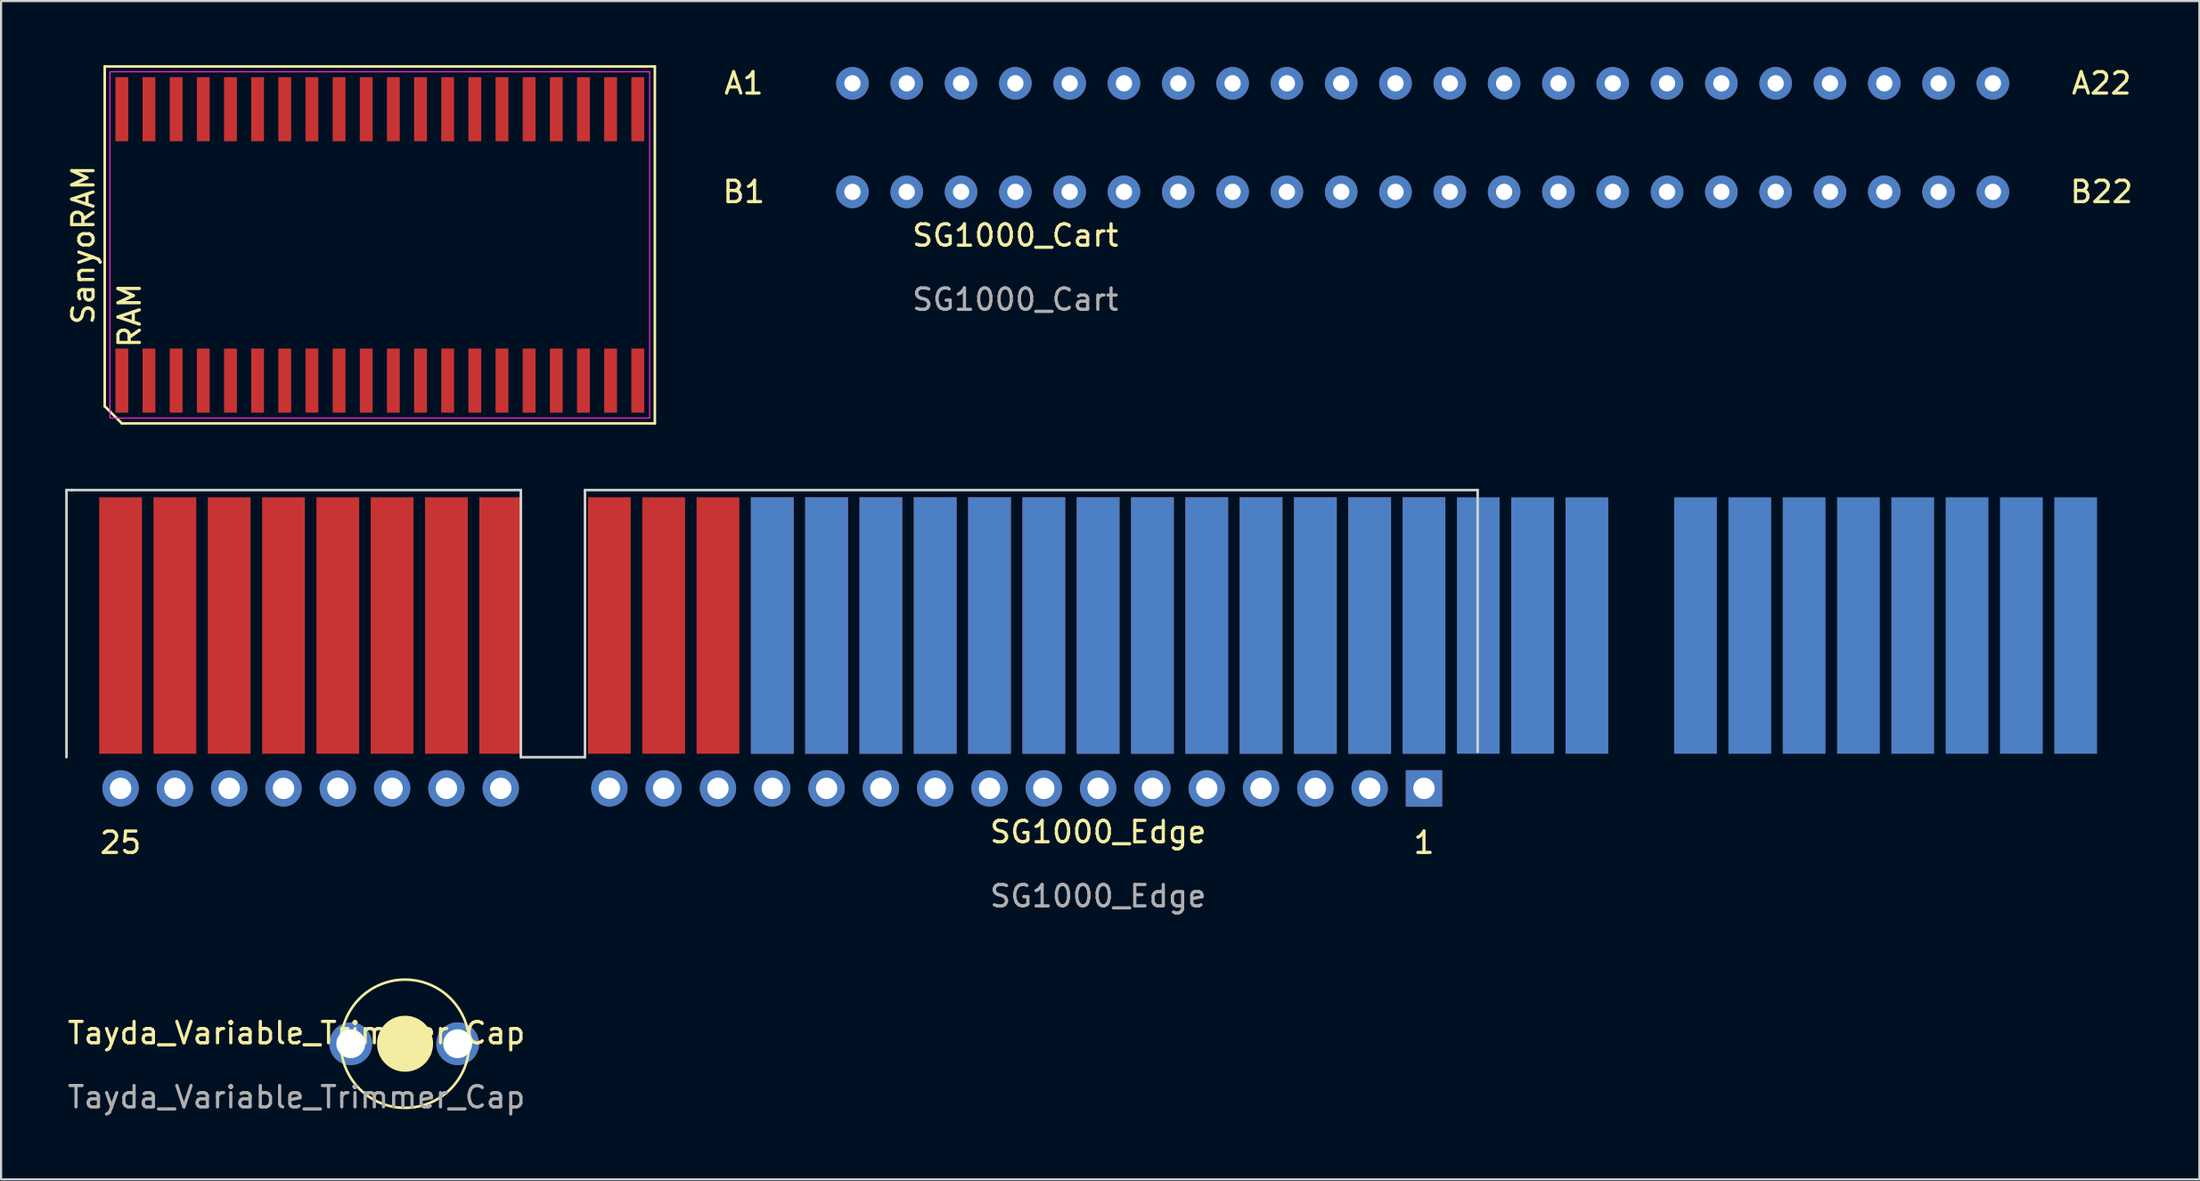
<source format=kicad_pcb>
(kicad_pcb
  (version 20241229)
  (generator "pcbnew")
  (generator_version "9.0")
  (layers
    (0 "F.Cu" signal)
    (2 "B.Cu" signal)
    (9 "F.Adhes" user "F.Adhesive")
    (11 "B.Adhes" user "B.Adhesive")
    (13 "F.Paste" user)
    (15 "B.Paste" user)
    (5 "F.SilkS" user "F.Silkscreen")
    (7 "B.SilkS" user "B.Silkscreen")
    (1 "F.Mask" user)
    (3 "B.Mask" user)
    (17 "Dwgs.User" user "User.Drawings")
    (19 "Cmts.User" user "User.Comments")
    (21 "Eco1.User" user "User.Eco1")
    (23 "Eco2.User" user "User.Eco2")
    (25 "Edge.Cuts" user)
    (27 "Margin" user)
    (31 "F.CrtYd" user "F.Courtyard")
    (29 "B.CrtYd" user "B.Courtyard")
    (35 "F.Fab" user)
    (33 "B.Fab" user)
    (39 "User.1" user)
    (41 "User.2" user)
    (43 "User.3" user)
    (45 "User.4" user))
  (footprint "Tayda_Variable_Trimmer_Cap"
    (layer "F.Cu")
    (at 15.895 45.788)
    (property "Reference" "Tayda_Variable_Trimmer_Cap" (at -5.08 -0.5 0) (unlocked yes) (layer "F.SilkS") (effects (font (size 1 1) (thickness 0.15))))
    (attr through_hole)
    (fp_circle (center 0 0) (end 1.25 0) (stroke (width 0.12) (type solid)) (fill yes) (layer "F.SilkS"))
    (fp_circle (center 0 0) (end 3 0) (stroke (width 0.12) (type solid)) (fill no) (layer "F.SilkS"))
    (fp_text user "${REFERENCE}" (at -5.08 2.5 0) (unlocked yes) (layer "F.Fab") (effects (font (size 1 1) (thickness 0.15))))
    (pad "1" thru_hole circle (at 2.46 0) (size 2 2) (drill 1.35) (layers "*.Cu" "*.Mask"))
    (pad "2" thru_hole circle (at -2.54 0) (size 2 2) (drill 1.35) (layers "*.Cu" "*.Mask")))
  (footprint "SG1000_Cart"
    (layer "F.Cu")
    (at 63.489 3.388)
    (property "Reference" "SG1000_Cart" (at -19.05 4.58 0) (unlocked yes) (layer "F.SilkS") (effects (font (size 1 1) (thickness 0.15))))
    (attr through_hole)
    (fp_text user "A22" (at 31.75 -2.54 0) (unlocked yes) (layer "F.SilkS") (effects (font (size 1 1) (thickness 0.15))))
    (fp_text user "B22" (at 31.75 2.54 0) (unlocked yes) (layer "F.SilkS") (effects (font (size 1 1) (thickness 0.15))))
    (fp_text user "A1" (at -31.75 -2.54 0) (unlocked yes) (layer "F.SilkS") (effects (font (size 1 1) (thickness 0.15))))
    (fp_text user "B1" (at -31.75 2.54 0) (unlocked yes) (layer "F.SilkS") (effects (font (size 1 1) (thickness 0.15))))
    (fp_text user "${REFERENCE}" (at -19.05 7.58 0) (unlocked yes) (layer "F.Fab") (effects (font (size 1 1) (thickness 0.15))))
    (pad "A1" thru_hole circle (at -26.67 -2.54) (size 1.524 1.524) (drill 0.762) (layers "*.Cu" "*.Mask"))
    (pad "A2" thru_hole circle (at -24.13 -2.54) (size 1.524 1.524) (drill 0.762) (layers "*.Cu" "*.Mask"))
    (pad "A3" thru_hole circle (at -21.59 -2.54) (size 1.524 1.524) (drill 0.762) (layers "*.Cu" "*.Mask"))
    (pad "A4" thru_hole circle (at -19.05 -2.54) (size 1.524 1.524) (drill 0.762) (layers "*.Cu" "*.Mask"))
    (pad "A5" thru_hole circle (at -16.51 -2.54) (size 1.524 1.524) (drill 0.762) (layers "*.Cu" "*.Mask"))
    (pad "A6" thru_hole circle (at -13.97 -2.54) (size 1.524 1.524) (drill 0.762) (layers "*.Cu" "*.Mask"))
    (pad "A7" thru_hole circle (at -11.43 -2.54) (size 1.524 1.524) (drill 0.762) (layers "*.Cu" "*.Mask"))
    (pad "A8" thru_hole circle (at -8.89 -2.54) (size 1.524 1.524) (drill 0.762) (layers "*.Cu" "*.Mask"))
    (pad "A9" thru_hole circle (at -6.35 -2.54) (size 1.524 1.524) (drill 0.762) (layers "*.Cu" "*.Mask"))
    (pad "A10" thru_hole circle (at -3.81 -2.54) (size 1.524 1.524) (drill 0.762) (layers "*.Cu" "*.Mask"))
    (pad "A11" thru_hole circle (at -1.27 -2.54) (size 1.524 1.524) (drill 0.762) (layers "*.Cu" "*.Mask"))
    (pad "A12" thru_hole circle (at 1.27 -2.54) (size 1.524 1.524) (drill 0.762) (layers "*.Cu" "*.Mask"))
    (pad "A13" thru_hole circle (at 3.81 -2.54) (size 1.524 1.524) (drill 0.762) (layers "*.Cu" "*.Mask"))
    (pad "A14" thru_hole circle (at 6.35 -2.54) (size 1.524 1.524) (drill 0.762) (layers "*.Cu" "*.Mask"))
    (pad "A15" thru_hole circle (at 8.89 -2.54) (size 1.524 1.524) (drill 0.762) (layers "*.Cu" "*.Mask"))
    (pad "A16" thru_hole circle (at 11.43 -2.54) (size 1.524 1.524) (drill 0.762) (layers "*.Cu" "*.Mask"))
    (pad "A17" thru_hole circle (at 13.97 -2.54) (size 1.524 1.524) (drill 0.762) (layers "*.Cu" "*.Mask"))
    (pad "A18" thru_hole circle (at 16.51 -2.54) (size 1.524 1.524) (drill 0.762) (layers "*.Cu" "*.Mask"))
    (pad "A19" thru_hole circle (at 19.05 -2.54) (size 1.524 1.524) (drill 0.762) (layers "*.Cu" "*.Mask"))
    (pad "A20" thru_hole circle (at 21.59 -2.54) (size 1.524 1.524) (drill 0.762) (layers "*.Cu" "*.Mask"))
    (pad "A21" thru_hole circle (at 24.13 -2.54) (size 1.524 1.524) (drill 0.762) (layers "*.Cu" "*.Mask"))
    (pad "A22" thru_hole circle (at 26.67 -2.54) (size 1.524 1.524) (drill 0.762) (layers "*.Cu" "*.Mask"))
    (pad "B1" thru_hole circle (at -26.67 2.54) (size 1.524 1.524) (drill 0.762) (layers "*.Cu" "*.Mask"))
    (pad "B2" thru_hole circle (at -24.13 2.54) (size 1.524 1.524) (drill 0.762) (layers "*.Cu" "*.Mask"))
    (pad "B3" thru_hole circle (at -21.59 2.54) (size 1.524 1.524) (drill 0.762) (layers "*.Cu" "*.Mask"))
    (pad "B4" thru_hole circle (at -19.05 2.54) (size 1.524 1.524) (drill 0.762) (layers "*.Cu" "*.Mask"))
    (pad "B5" thru_hole circle (at -16.51 2.54) (size 1.524 1.524) (drill 0.762) (layers "*.Cu" "*.Mask"))
    (pad "B6" thru_hole circle (at -13.97 2.54) (size 1.524 1.524) (drill 0.762) (layers "*.Cu" "*.Mask"))
    (pad "B7" thru_hole circle (at -11.43 2.54) (size 1.524 1.524) (drill 0.762) (layers "*.Cu" "*.Mask"))
    (pad "B8" thru_hole circle (at -8.89 2.54) (size 1.524 1.524) (drill 0.762) (layers "*.Cu" "*.Mask"))
    (pad "B9" thru_hole circle (at -6.35 2.54) (size 1.524 1.524) (drill 0.762) (layers "*.Cu" "*.Mask"))
    (pad "B10" thru_hole circle (at -3.81 2.54) (size 1.524 1.524) (drill 0.762) (layers "*.Cu" "*.Mask"))
    (pad "B11" thru_hole circle (at -1.27 2.54) (size 1.524 1.524) (drill 0.762) (layers "*.Cu" "*.Mask"))
    (pad "B12" thru_hole circle (at 1.27 2.54) (size 1.524 1.524) (drill 0.762) (layers "*.Cu" "*.Mask"))
    (pad "B13" thru_hole circle (at 3.81 2.54) (size 1.524 1.524) (drill 0.762) (layers "*.Cu" "*.Mask"))
    (pad "B14" thru_hole circle (at 6.35 2.54) (size 1.524 1.524) (drill 0.762) (layers "*.Cu" "*.Mask"))
    (pad "B15" thru_hole circle (at 8.89 2.54) (size 1.524 1.524) (drill 0.762) (layers "*.Cu" "*.Mask"))
    (pad "B16" thru_hole circle (at 11.43 2.54) (size 1.524 1.524) (drill 0.762) (layers "*.Cu" "*.Mask"))
    (pad "B17" thru_hole circle (at 13.97 2.54) (size 1.524 1.524) (drill 0.762) (layers "*.Cu" "*.Mask"))
    (pad "B18" thru_hole circle (at 16.51 2.54) (size 1.524 1.524) (drill 0.762) (layers "*.Cu" "*.Mask"))
    (pad "B19" thru_hole circle (at 19.05 2.54) (size 1.524 1.524) (drill 0.762) (layers "*.Cu" "*.Mask"))
    (pad "B20" thru_hole circle (at 21.59 2.54) (size 1.524 1.524) (drill 0.762) (layers "*.Cu" "*.Mask"))
    (pad "B21" thru_hole circle (at 24.13 2.54) (size 1.524 1.524) (drill 0.762) (layers "*.Cu" "*.Mask"))
    (pad "B22" thru_hole circle (at 26.67 2.54) (size 1.524 1.524) (drill 0.762) (layers "*.Cu" "*.Mask")))
  (footprint "SG1000_Edge"
    (layer "F.Cu")
    (at 48.31 36.38)
    (property "Reference" "SG1000_Edge" (at 0 -0.5 0) (unlocked yes) (layer "F.SilkS") (effects (font (size 1 1) (thickness 0.15))))
    (fp_line (start -48.25 -16.5) (end -48.25 -4) (stroke (width 0.12) (type solid)) (layer "Edge.Cuts"))
    (fp_line (start -48 -16.5) (end -48.25 -16.5) (stroke (width 0.12) (type solid)) (layer "Edge.Cuts"))
    (fp_line (start -27 -16.5) (end -48 -16.5) (stroke (width 0.12) (type solid)) (layer "Edge.Cuts"))
    (fp_line (start -27 -4) (end -27 -16.5) (stroke (width 0.12) (type solid)) (layer "Edge.Cuts"))
    (fp_line (start -24 -16.5) (end -24 -4) (stroke (width 0.12) (type solid)) (layer "Edge.Cuts"))
    (fp_line (start -24 -4) (end -27 -4) (stroke (width 0.12) (type solid)) (layer "Edge.Cuts"))
    (fp_line (start 17.75 -16.5) (end -24 -16.5) (stroke (width 0.12) (type solid)) (layer "Edge.Cuts"))
    (fp_line (start 17.75 -4.25) (end 17.75 -16.5) (stroke (width 0.12) (type solid)) (layer "Edge.Cuts"))
    (fp_text user "1" (at 15.24 0 0) (unlocked yes) (layer "F.SilkS") (effects (font (size 1 1) (thickness 0.15))))
    (fp_text user "25" (at -45.72 0 0) (unlocked yes) (layer "F.SilkS") (effects (font (size 1 1) (thickness 0.15))))
    (fp_text user "${REFERENCE}" (at 0 2.5 0) (unlocked yes) (layer "F.Fab") (effects (font (size 1 1) (thickness 0.15))))
    (pad "1" connect rect (at -15.24 -10.16) (size 2 12) (layers "B.Cu" "B.Mask"))
    (pad "1" connect rect (at 15.24 -10.16) (size 2 12) (layers "F.Cu" "F.Mask"))
    (pad "1" thru_hole rect (at 15.24 -2.54) (size 1.7 1.7) (drill 1) (layers "*.Cu" "*.Mask"))
    (pad "2" connect rect (at -12.7 -10.16) (size 2 12) (layers "B.Cu" "B.Mask"))
    (pad "2" connect rect (at 12.7 -10.16) (size 2 12) (layers "F.Cu" "F.Mask"))
    (pad "2" thru_hole circle (at 12.7 -2.54) (size 1.7 1.7) (drill 1) (layers "*.Cu" "*.Mask"))
    (pad "3" connect rect (at -10.16 -10.16) (size 2 12) (layers "B.Cu" "B.Mask"))
    (pad "3" connect rect (at 10.16 -10.16) (size 2 12) (layers "F.Cu" "F.Mask"))
    (pad "3" thru_hole circle (at 10.16 -2.54) (size 1.7 1.7) (drill 1) (layers "*.Cu" "*.Mask"))
    (pad "4" connect rect (at -7.62 -10.16) (size 2 12) (layers "B.Cu" "B.Mask"))
    (pad "4" connect rect (at 7.62 -10.16) (size 2 12) (layers "F.Cu" "F.Mask"))
    (pad "4" thru_hole circle (at 7.62 -2.54) (size 1.7 1.7) (drill 1) (layers "*.Cu" "*.Mask"))
    (pad "5" connect rect (at -5.08 -10.16) (size 2 12) (layers "B.Cu" "B.Mask"))
    (pad "5" connect rect (at 5.08 -10.16) (size 2 12) (layers "F.Cu" "F.Mask"))
    (pad "5" thru_hole circle (at 5.08 -2.54) (size 1.7 1.7) (drill 1) (layers "*.Cu" "*.Mask"))
    (pad "6" connect rect (at -2.54 -10.16) (size 2 12) (layers "B.Cu" "B.Mask"))
    (pad "6" connect rect (at 2.54 -10.16) (size 2 12) (layers "F.Cu" "F.Mask"))
    (pad "6" thru_hole circle (at 2.54 -2.54) (size 1.7 1.7) (drill 1) (layers "*.Cu" "*.Mask"))
    (pad "7" connect rect (at 0 -10.16) (size 2 12) (layers "F.Cu" "F.Mask"))
    (pad "7" connect rect (at 0 -10.16) (size 2 12) (layers "B.Cu" "B.Mask"))
    (pad "7" thru_hole circle (at 0 -2.54) (size 1.7 1.7) (drill 1) (layers "*.Cu" "*.Mask"))
    (pad "8" connect rect (at -2.54 -10.16) (size 2 12) (layers "F.Cu" "F.Mask"))
    (pad "8" thru_hole circle (at -2.54 -2.54) (size 1.7 1.7) (drill 1) (layers "*.Cu" "*.Mask"))
    (pad "8" connect rect (at 2.54 -10.16) (size 2 12) (layers "B.Cu" "B.Mask"))
    (pad "9" connect rect (at -5.08 -10.16) (size 2 12) (layers "F.Cu" "F.Mask"))
    (pad "9" thru_hole circle (at -5.08 -2.54) (size 1.7 1.7) (drill 1) (layers "*.Cu" "*.Mask"))
    (pad "9" connect rect (at 5.08 -10.16) (size 2 12) (layers "B.Cu" "B.Mask"))
    (pad "10" connect rect (at -7.62 -10.16) (size 2 12) (layers "F.Cu" "F.Mask"))
    (pad "10" thru_hole circle (at -7.62 -2.54) (size 1.7 1.7) (drill 1) (layers "*.Cu" "*.Mask"))
    (pad "10" connect rect (at 7.62 -10.16) (size 2 12) (layers "B.Cu" "B.Mask"))
    (pad "11" connect rect (at -10.16 -10.16) (size 2 12) (layers "F.Cu" "F.Mask"))
    (pad "11" thru_hole circle (at -10.16 -2.54) (size 1.7 1.7) (drill 1) (layers "*.Cu" "*.Mask"))
    (pad "11" connect rect (at 10.16 -10.16) (size 2 12) (layers "B.Cu" "B.Mask"))
    (pad "12" connect rect (at -12.7 -10.16) (size 2 12) (layers "F.Cu" "F.Mask"))
    (pad "12" thru_hole circle (at -12.7 -2.54) (size 1.7 1.7) (drill 1) (layers "*.Cu" "*.Mask"))
    (pad "12" connect rect (at 12.7 -10.16) (size 2 12) (layers "B.Cu" "B.Mask"))
    (pad "13" connect rect (at -15.24 -10.16) (size 2 12) (layers "F.Cu" "F.Mask"))
    (pad "13" thru_hole circle (at -15.24 -2.54) (size 1.7 1.7) (drill 1) (layers "*.Cu" "*.Mask"))
    (pad "13" connect rect (at 15.24 -10.16) (size 2 12) (layers "B.Cu" "B.Mask"))
    (pad "14" connect rect (at -17.78 -10.16) (size 2 12) (layers "F.Cu" "F.Mask"))
    (pad "14" thru_hole circle (at -17.78 -2.54) (size 1.7 1.7) (drill 1) (layers "*.Cu" "*.Mask"))
    (pad "14" connect rect (at 17.78 -10.16) (size 2 12) (layers "B.Cu" "B.Mask"))
    (pad "15" connect rect (at -20.32 -10.16) (size 2 12) (layers "F.Cu" "F.Mask"))
    (pad "15" thru_hole circle (at -20.32 -2.54) (size 1.7 1.7) (drill 1) (layers "*.Cu" "*.Mask"))
    (pad "15" connect rect (at 20.32 -10.16) (size 2 12) (layers "B.Cu" "B.Mask"))
    (pad "16" connect rect (at -22.86 -10.16) (size 2 12) (layers "F.Cu" "F.Mask"))
    (pad "16" thru_hole circle (at -22.86 -2.54) (size 1.7 1.7) (drill 1) (layers "*.Cu" "*.Mask"))
    (pad "16" connect rect (at 22.86 -10.16) (size 2 12) (layers "B.Cu" "B.Mask"))
    (pad "18" connect rect (at -27.94 -10.16) (size 2 12) (layers "F.Cu" "F.Mask"))
    (pad "18" thru_hole circle (at -27.94 -2.54 90) (size 1.7 1.7) (drill 1) (layers "*.Cu" "*.Mask"))
    (pad "18" connect rect (at 27.94 -10.16) (size 2 12) (layers "B.Cu" "B.Mask"))
    (pad "19" connect rect (at -30.48 -10.16) (size 2 12) (layers "F.Cu" "F.Mask"))
    (pad "19" thru_hole circle (at -30.48 -2.54) (size 1.7 1.7) (drill 1) (layers "*.Cu" "*.Mask"))
    (pad "19" connect rect (at 30.48 -10.16) (size 2 12) (layers "B.Cu" "B.Mask"))
    (pad "20" connect rect (at -33.02 -10.16) (size 2 12) (layers "F.Cu" "F.Mask"))
    (pad "20" thru_hole circle (at -33.02 -2.54) (size 1.7 1.7) (drill 1) (layers "*.Cu" "*.Mask"))
    (pad "20" connect rect (at 33.02 -10.16) (size 2 12) (layers "B.Cu" "B.Mask"))
    (pad "21" connect rect (at -35.56 -10.16) (size 2 12) (layers "F.Cu" "F.Mask"))
    (pad "21" thru_hole circle (at -35.56 -2.54) (size 1.7 1.7) (drill 1) (layers "*.Cu" "*.Mask"))
    (pad "21" connect rect (at 35.56 -10.16) (size 2 12) (layers "B.Cu" "B.Mask"))
    (pad "22" connect rect (at -38.1 -10.16) (size 2 12) (layers "F.Cu" "F.Mask"))
    (pad "22" thru_hole circle (at -38.1 -2.54) (size 1.7 1.7) (drill 1) (layers "*.Cu" "*.Mask"))
    (pad "22" connect rect (at 38.1 -10.16) (size 2 12) (layers "B.Cu" "B.Mask"))
    (pad "23" connect rect (at -40.64 -10.16) (size 2 12) (layers "F.Cu" "F.Mask"))
    (pad "23" thru_hole circle (at -40.64 -2.54) (size 1.7 1.7) (drill 1) (layers "*.Cu" "*.Mask"))
    (pad "23" connect rect (at 40.64 -10.16) (size 2 12) (layers "B.Cu" "B.Mask"))
    (pad "24" connect rect (at -43.18 -10.16) (size 2 12) (layers "F.Cu" "F.Mask"))
    (pad "24" thru_hole circle (at -43.18 -2.54) (size 1.7 1.7) (drill 1) (layers "*.Cu" "*.Mask"))
    (pad "24" connect rect (at 43.18 -10.16) (size 2 12) (layers "B.Cu" "B.Mask"))
    (pad "25" connect rect (at -45.72 -10.16) (size 2 12) (layers "F.Cu" "F.Mask"))
    (pad "25" thru_hole circle (at -45.72 -2.54) (size 1.7 1.7) (drill 1) (layers "*.Cu" "*.Mask"))
    (pad "25" connect rect (at 45.72 -10.16) (size 2 12) (layers "B.Cu" "B.Mask")))
  (footprint "SanyoRAM"
    (layer "F.Cu")
    (at 14.713 8.41)
    (property "Reference" "SanyoRAM" (at -13.865 0 90) (layer "F.SilkS") (effects (font (size 1 1) (thickness 0.15))))
    (attr smd)
    (fp_line (start -12.865 -8.35) (end 12.865 -8.35) (stroke (width 0.12) (type solid)) (layer "F.SilkS"))
    (fp_line (start -12.865 7.55) (end -12.865 -8.35) (stroke (width 0.12) (type solid)) (layer "F.SilkS"))
    (fp_line (start -12.065 8.35) (end -12.865 7.55) (stroke (width 0.12) (type solid)) (layer "F.SilkS"))
    (fp_line (start 12.865 -8.35) (end 12.865 8.35) (stroke (width 0.12) (type solid)) (layer "F.SilkS"))
    (fp_line (start 12.865 8.35) (end -12.065 8.35) (stroke (width 0.12) (type solid)) (layer "F.SilkS"))
    (fp_line (start -12.62 -8.1) (end 12.62 -8.1) (stroke (width 0.05) (type solid)) (layer "F.CrtYd"))
    (fp_line (start -12.62 8.1) (end -12.62 -8.1) (stroke (width 0.05) (type solid)) (layer "F.CrtYd"))
    (fp_line (start 12.62 -8.1) (end 12.62 8.1) (stroke (width 0.05) (type solid)) (layer "F.CrtYd"))
    (fp_line (start 12.62 8.1) (end -12.62 8.1) (stroke (width 0.05) (type solid)) (layer "F.CrtYd"))
    (fp_text user "RAM" (at -11.7 3.3 270) (layer "F.SilkS") (effects (font (size 1 1) (thickness 0.15))))
    (pad "1" smd rect (at -12.065 6.35) (size 0.6 3) (layers "F.Cu" "F.Mask" "F.Paste"))
    (pad "2" smd rect (at -10.795 6.35) (size 0.6 3) (layers "F.Cu" "F.Mask" "F.Paste"))
    (pad "3" smd rect (at -9.525 6.35) (size 0.6 3) (layers "F.Cu" "F.Mask" "F.Paste"))
    (pad "4" smd rect (at -8.255 6.35) (size 0.6 3) (layers "F.Cu" "F.Mask" "F.Paste"))
    (pad "5" smd rect (at -6.985 6.35) (size 0.6 3) (layers "F.Cu" "F.Mask" "F.Paste"))
    (pad "6" smd rect (at -5.715 6.35) (size 0.6 3) (layers "F.Cu" "F.Mask" "F.Paste"))
    (pad "7" smd rect (at -4.445 6.35) (size 0.6 3) (layers "F.Cu" "F.Mask" "F.Paste"))
    (pad "8" smd rect (at -3.175 6.35) (size 0.6 3) (layers "F.Cu" "F.Mask" "F.Paste"))
    (pad "9" smd rect (at -1.905 6.35) (size 0.6 3) (layers "F.Cu" "F.Mask" "F.Paste"))
    (pad "10" smd rect (at -0.635 6.35) (size 0.6 3) (layers "F.Cu" "F.Mask" "F.Paste"))
    (pad "11" smd rect (at 0.635 6.35) (size 0.6 3) (layers "F.Cu" "F.Mask" "F.Paste"))
    (pad "12" smd rect (at 1.905 6.35) (size 0.6 3) (layers "F.Cu" "F.Mask" "F.Paste"))
    (pad "13" smd rect (at 3.175 6.35) (size 0.6 3) (layers "F.Cu" "F.Mask" "F.Paste"))
    (pad "14" smd rect (at 4.445 6.35) (size 0.6 3) (layers "F.Cu" "F.Mask" "F.Paste"))
    (pad "15" smd rect (at 5.715 6.35) (size 0.6 3) (layers "F.Cu" "F.Mask" "F.Paste"))
    (pad "16" smd rect (at 6.985 6.35) (size 0.6 3) (layers "F.Cu" "F.Mask" "F.Paste"))
    (pad "17" smd rect (at 8.255 6.35) (size 0.6 3) (layers "F.Cu" "F.Mask" "F.Paste"))
    (pad "18" smd rect (at 9.525 6.35) (size 0.6 3) (layers "F.Cu" "F.Mask" "F.Paste"))
    (pad "19" smd rect (at 10.795 6.35) (size 0.6 3) (layers "F.Cu" "F.Mask" "F.Paste"))
    (pad "20" smd rect (at 12.065 6.35) (size 0.6 3) (layers "F.Cu" "F.Mask" "F.Paste"))
    (pad "21" smd rect (at 12.065 -6.35) (size 0.6 3) (layers "F.Cu" "F.Mask" "F.Paste"))
    (pad "22" smd rect (at 10.795 -6.35) (size 0.6 3) (layers "F.Cu" "F.Mask" "F.Paste"))
    (pad "23" smd rect (at 9.525 -6.35) (size 0.6 3) (layers "F.Cu" "F.Mask" "F.Paste"))
    (pad "24" smd rect (at 8.255 -6.35) (size 0.6 3) (layers "F.Cu" "F.Mask" "F.Paste"))
    (pad "25" smd rect (at 6.985 -6.35) (size 0.6 3) (layers "F.Cu" "F.Mask" "F.Paste"))
    (pad "26" smd rect (at 5.715 -6.35) (size 0.6 3) (layers "F.Cu" "F.Mask" "F.Paste"))
    (pad "27" smd rect (at 4.445 -6.35) (size 0.6 3) (layers "F.Cu" "F.Mask" "F.Paste"))
    (pad "28" smd rect (at 3.175 -6.35) (size 0.6 3) (layers "F.Cu" "F.Mask" "F.Paste"))
    (pad "29" smd rect (at 1.905 -6.35) (size 0.6 3) (layers "F.Cu" "F.Mask" "F.Paste"))
    (pad "30" smd rect (at 0.635 -6.35) (size 0.6 3) (layers "F.Cu" "F.Mask" "F.Paste"))
    (pad "31" smd rect (at -0.635 -6.35) (size 0.6 3) (layers "F.Cu" "F.Mask" "F.Paste"))
    (pad "32" smd rect (at -1.905 -6.35) (size 0.6 3) (layers "F.Cu" "F.Mask" "F.Paste"))
    (pad "33" smd rect (at -3.175 -6.35) (size 0.6 3) (layers "F.Cu" "F.Mask" "F.Paste"))
    (pad "34" smd rect (at -4.445 -6.35) (size 0.6 3) (layers "F.Cu" "F.Mask" "F.Paste"))
    (pad "35" smd rect (at -5.715 -6.35) (size 0.6 3) (layers "F.Cu" "F.Mask" "F.Paste"))
    (pad "36" smd rect (at -6.985 -6.35) (size 0.6 3) (layers "F.Cu" "F.Mask" "F.Paste"))
    (pad "37" smd rect (at -8.255 -6.35) (size 0.6 3) (layers "F.Cu" "F.Mask" "F.Paste"))
    (pad "38" smd rect (at -9.525 -6.35) (size 0.6 3) (layers "F.Cu" "F.Mask" "F.Paste"))
    (pad "39" smd rect (at -10.795 -6.35) (size 0.6 3) (layers "F.Cu" "F.Mask" "F.Paste"))
    (pad "40" smd rect (at -12.065 -6.35) (size 0.6 3) (layers "F.Cu" "F.Mask" "F.Paste")))
  (gr_rect
    (start -3 -3)
    (end 99.817 52.136)
    (stroke (width 0.1) (type default))
    (fill no)
    (layer "Edge.Cuts")))
</source>
